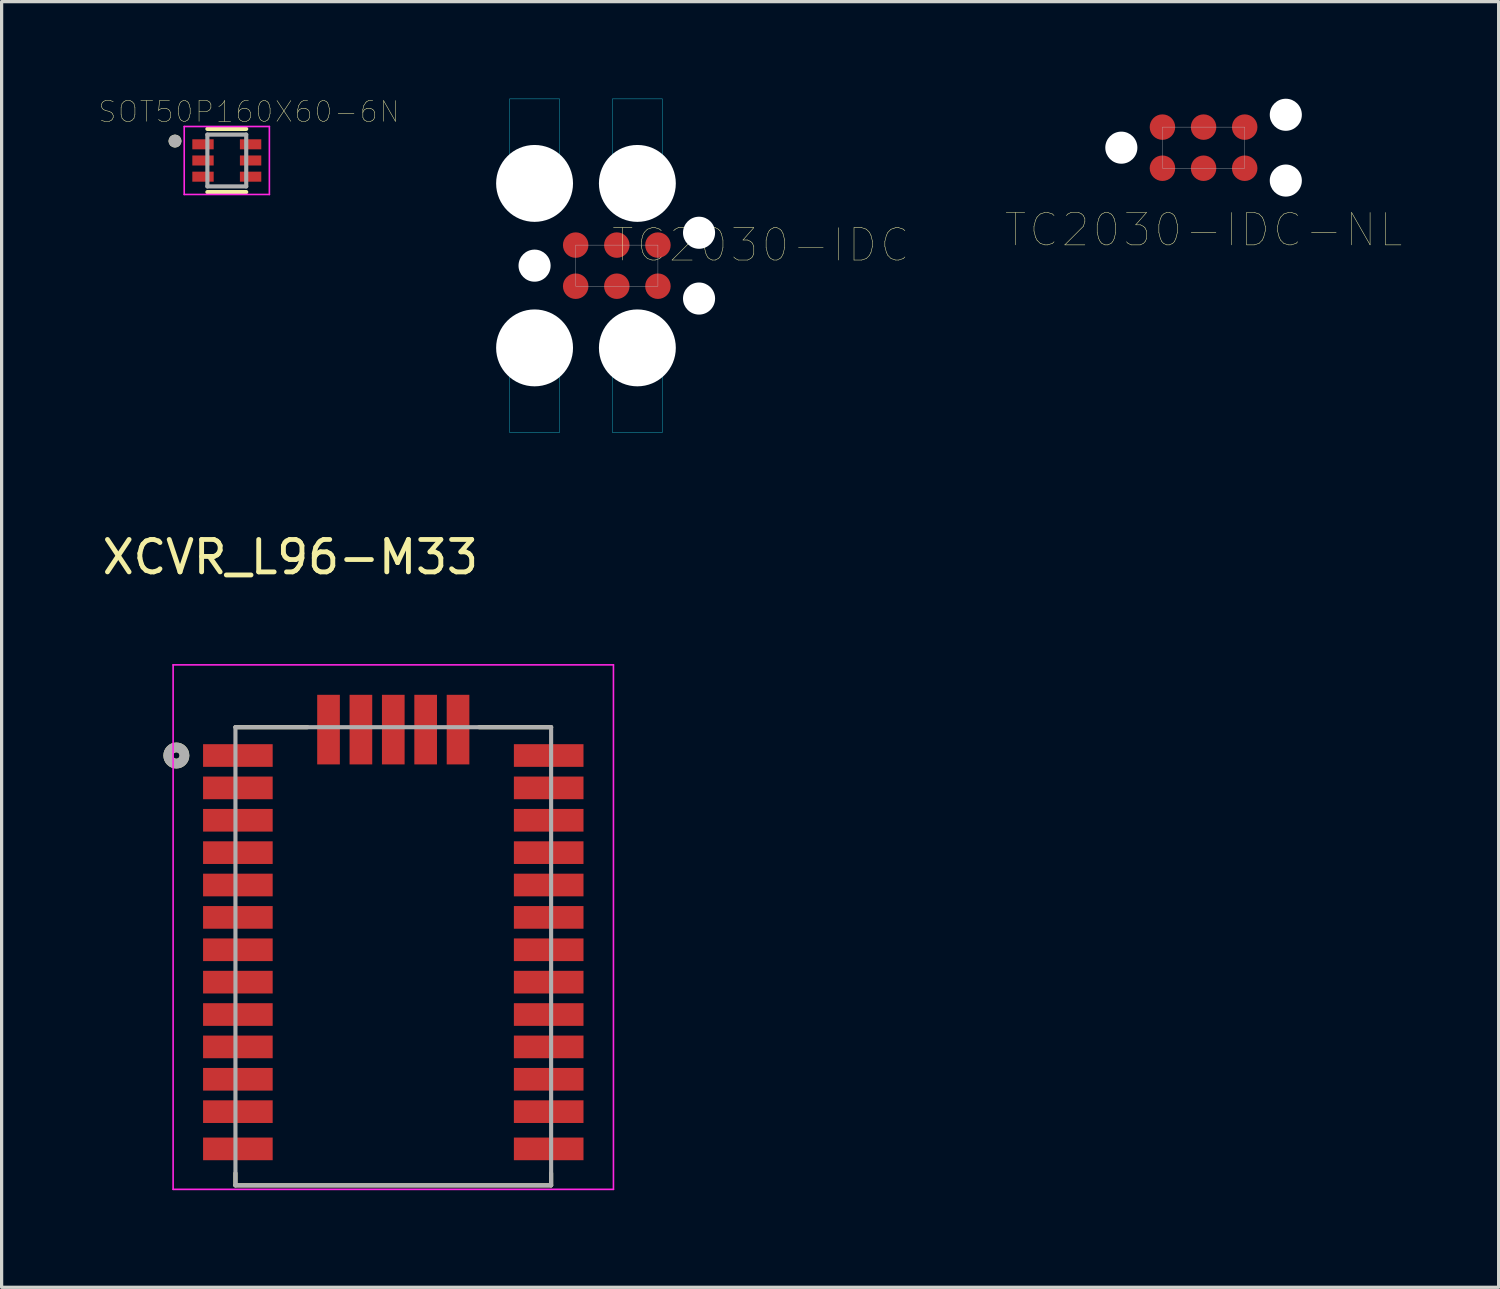
<source format=kicad_pcb>
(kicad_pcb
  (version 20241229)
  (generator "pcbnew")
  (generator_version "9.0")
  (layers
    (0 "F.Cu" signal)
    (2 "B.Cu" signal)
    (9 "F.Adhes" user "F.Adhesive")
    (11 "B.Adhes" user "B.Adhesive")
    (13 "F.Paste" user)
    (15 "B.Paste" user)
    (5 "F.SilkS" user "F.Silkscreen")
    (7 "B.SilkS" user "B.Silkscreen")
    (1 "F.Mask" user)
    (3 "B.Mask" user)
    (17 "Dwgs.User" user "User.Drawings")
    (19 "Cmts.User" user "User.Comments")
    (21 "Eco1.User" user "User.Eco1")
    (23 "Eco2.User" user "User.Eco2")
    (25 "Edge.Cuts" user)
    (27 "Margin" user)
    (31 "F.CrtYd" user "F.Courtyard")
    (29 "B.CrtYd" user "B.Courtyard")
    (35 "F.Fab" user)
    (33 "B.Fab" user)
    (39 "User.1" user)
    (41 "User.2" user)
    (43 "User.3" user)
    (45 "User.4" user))
  (footprint "TC2030-IDC-NL"
    (layer "F.Cu")
    (at 34.124 1.511)
    (property "Reference" "TC2030-IDC-NL" (at 0 2.54 0) (layer "F.SilkS") (effects (font (size 1 1) (thickness 0.015))))
    (attr through_hole)
    (fp_poly (pts (xy -1.27 -0.635) (xy 1.27 -0.635) (xy 1.27 0.635) (xy -1.27 0.635)) (stroke (width 0.01) (type solid)) (fill no) (layer "Dwgs.User"))
    (pad "" np_thru_hole circle (at -2.54 0) (size 0.991 0.991) (drill 0.991) (layers "*.Cu" "*.Mask"))
    (pad "" np_thru_hole circle (at 2.54 -1.016) (size 0.991 0.991) (drill 0.991) (layers "*.Cu" "*.Mask"))
    (pad "" np_thru_hole circle (at 2.54 1.016) (size 0.991 0.991) (drill 0.991) (layers "*.Cu" "*.Mask"))
    (pad "1" smd circle (at -1.27 0.635) (size 0.787 0.787) (layers "F.Cu" "F.Mask" "F.Paste"))
    (pad "2" smd circle (at -1.27 -0.635) (size 0.787 0.787) (layers "F.Cu" "F.Mask" "F.Paste"))
    (pad "3" smd circle (at 0 0.635) (size 0.787 0.787) (layers "F.Cu" "F.Mask" "F.Paste"))
    (pad "4" smd circle (at 0 -0.635) (size 0.787 0.787) (layers "F.Cu" "F.Mask" "F.Paste"))
    (pad "5" smd circle (at 1.27 0.635) (size 0.787 0.787) (layers "F.Cu" "F.Mask" "F.Paste"))
    (pad "6" smd circle (at 1.27 -0.635) (size 0.787 0.787) (layers "F.Cu" "F.Mask" "F.Paste")))
  (footprint "TC2030-IDC"
    (layer "F.Cu")
    (at 16.001 5.155)
    (property "Reference" "TC2030-IDC" (at 4.445 -0.635 180) (layer "F.SilkS") (effects (font (size 1 1) (thickness 0.015))))
    (attr through_hole)
    (fp_poly (pts (xy -1.27 -0.635) (xy 1.27 -0.635) (xy 1.27 0.635) (xy -1.27 0.635)) (stroke (width 0.01) (type solid)) (fill no) (layer "Dwgs.User"))
    (fp_poly (pts (xy -3.315 -5.15) (xy -1.765 -5.15) (xy -1.765 -2.54) (xy -3.315 -2.54)) (stroke (width 0.01) (type solid)) (fill no) (layer "B.CrtYd"))
    (fp_poly (pts (xy -3.315 2.54) (xy -1.765 2.54) (xy -1.765 5.15) (xy -3.315 5.15)) (stroke (width 0.01) (type solid)) (fill no) (layer "B.CrtYd"))
    (fp_poly (pts (xy -0.14 -5.15) (xy 1.41 -5.15) (xy 1.41 -2.54) (xy -0.14 -2.54)) (stroke (width 0.01) (type solid)) (fill no) (layer "B.CrtYd"))
    (fp_poly (pts (xy -0.14 2.54) (xy 1.41 2.54) (xy 1.41 5.15) (xy -0.14 5.15)) (stroke (width 0.01) (type solid)) (fill no) (layer "B.CrtYd"))
    (pad "" np_thru_hole circle (at -2.54 -2.54) (size 2.375 2.375) (drill 2.375) (layers "*.Cu" "*.Mask"))
    (pad "" np_thru_hole circle (at -2.54 0) (size 0.991 0.991) (drill 0.991) (layers "*.Cu" "*.Mask"))
    (pad "" np_thru_hole circle (at -2.54 2.54) (size 2.375 2.375) (drill 2.375) (layers "*.Cu" "*.Mask"))
    (pad "" np_thru_hole circle (at 0.635 -2.54) (size 2.375 2.375) (drill 2.375) (layers "*.Cu" "*.Mask"))
    (pad "" np_thru_hole circle (at 0.635 2.54) (size 2.375 2.375) (drill 2.375) (layers "*.Cu" "*.Mask"))
    (pad "" np_thru_hole circle (at 2.54 -1.016) (size 0.991 0.991) (drill 0.991) (layers "*.Cu" "*.Mask"))
    (pad "" np_thru_hole circle (at 2.54 1.016) (size 0.991 0.991) (drill 0.991) (layers "*.Cu" "*.Mask"))
    (pad "1" smd circle (at -1.27 0.635) (size 0.787 0.787) (layers "F.Cu" "F.Mask" "F.Paste"))
    (pad "2" smd circle (at -1.27 -0.635) (size 0.787 0.787) (layers "F.Cu" "F.Mask" "F.Paste"))
    (pad "3" smd circle (at 0 0.635) (size 0.787 0.787) (layers "F.Cu" "F.Mask" "F.Paste"))
    (pad "4" smd circle (at 0 -0.635) (size 0.787 0.787) (layers "F.Cu" "F.Mask" "F.Paste"))
    (pad "5" smd circle (at 1.27 0.635) (size 0.787 0.787) (layers "F.Cu" "F.Mask" "F.Paste"))
    (pad "6" smd circle (at 1.27 -0.635) (size 0.787 0.787) (layers "F.Cu" "F.Mask" "F.Paste")))
  (footprint "XCVR_L96-M33"
    (layer "F.Cu")
    (at 9.097 26.485)
    (property "Reference" "XCVR_L96-M33" (at -3.179 -12.327 0) (layer "F.SilkS") (effects (font (size 1.001 1.001) (thickness 0.15))))
    (attr through_hole)
    (fp_line (start -4.875 -7.075) (end -2.65 -7.075) (stroke (width 0.127) (type solid)) (layer "F.SilkS"))
    (fp_line (start -4.875 6.7) (end -4.875 7.075) (stroke (width 0.127) (type solid)) (layer "F.SilkS"))
    (fp_line (start -4.875 7.075) (end 4.875 7.075) (stroke (width 0.127) (type solid)) (layer "F.SilkS"))
    (fp_line (start 2.65 -7.075) (end 4.875 -7.075) (stroke (width 0.127) (type solid)) (layer "F.SilkS"))
    (fp_line (start 4.875 7.075) (end 4.875 6.7) (stroke (width 0.127) (type solid)) (layer "F.SilkS"))
    (fp_circle (center -6.7 -6.2) (end -6.6 -6.2) (stroke (width 0.3) (type solid)) (fill no) (layer "F.SilkS"))
    (fp_poly (pts (xy -6.275 -6.55) (xy -3.825 -6.55) (xy -3.825 -5.85) (xy -6.275 -5.85)) (stroke (width 0.01) (type solid)) (fill yes) (layer "F.Paste"))
    (fp_poly (pts (xy -6.275 -5.55) (xy -3.825 -5.55) (xy -3.825 -4.85) (xy -6.275 -4.85)) (stroke (width 0.01) (type solid)) (fill yes) (layer "F.Paste"))
    (fp_poly (pts (xy -6.275 -4.55) (xy -3.825 -4.55) (xy -3.825 -3.85) (xy -6.275 -3.85)) (stroke (width 0.01) (type solid)) (fill yes) (layer "F.Paste"))
    (fp_poly (pts (xy -6.275 -3.55) (xy -3.825 -3.55) (xy -3.825 -2.85) (xy -6.275 -2.85)) (stroke (width 0.01) (type solid)) (fill yes) (layer "F.Paste"))
    (fp_poly (pts (xy -6.275 -2.55) (xy -3.825 -2.55) (xy -3.825 -1.85) (xy -6.275 -1.85)) (stroke (width 0.01) (type solid)) (fill yes) (layer "F.Paste"))
    (fp_poly (pts (xy -6.275 -1.55) (xy -3.825 -1.55) (xy -3.825 -0.85) (xy -6.275 -0.85)) (stroke (width 0.01) (type solid)) (fill yes) (layer "F.Paste"))
    (fp_poly (pts (xy -6.275 -0.55) (xy -3.825 -0.55) (xy -3.825 0.15) (xy -6.275 0.15)) (stroke (width 0.01) (type solid)) (fill yes) (layer "F.Paste"))
    (fp_poly (pts (xy -6.275 0.45) (xy -3.825 0.45) (xy -3.825 1.15) (xy -6.275 1.15)) (stroke (width 0.01) (type solid)) (fill yes) (layer "F.Paste"))
    (fp_poly (pts (xy -6.275 1.45) (xy -3.825 1.45) (xy -3.825 2.15) (xy -6.275 2.15)) (stroke (width 0.01) (type solid)) (fill yes) (layer "F.Paste"))
    (fp_poly (pts (xy -6.275 2.45) (xy -3.825 2.45) (xy -3.825 3.15) (xy -6.275 3.15)) (stroke (width 0.01) (type solid)) (fill yes) (layer "F.Paste"))
    (fp_poly (pts (xy -6.275 3.45) (xy -3.825 3.45) (xy -3.825 4.15) (xy -6.275 4.15)) (stroke (width 0.01) (type solid)) (fill yes) (layer "F.Paste"))
    (fp_poly (pts (xy -6.275 4.45) (xy -3.825 4.45) (xy -3.825 5.15) (xy -6.275 5.15)) (stroke (width 0.01) (type solid)) (fill yes) (layer "F.Paste"))
    (fp_poly (pts (xy -6.275 5.6) (xy -3.825 5.6) (xy -3.825 6.3) (xy -6.275 6.3)) (stroke (width 0.01) (type solid)) (fill yes) (layer "F.Paste"))
    (fp_poly (pts (xy -2.35 -8.475) (xy -1.65 -8.475) (xy -1.65 -6.025) (xy -2.35 -6.025)) (stroke (width 0.01) (type solid)) (fill yes) (layer "F.Paste"))
    (fp_poly (pts (xy -1.35 -8.475) (xy -0.65 -8.475) (xy -0.65 -6.025) (xy -1.35 -6.025)) (stroke (width 0.01) (type solid)) (fill yes) (layer "F.Paste"))
    (fp_poly (pts (xy -0.35 -8.475) (xy 0.35 -8.475) (xy 0.35 -6.025) (xy -0.35 -6.025)) (stroke (width 0.01) (type solid)) (fill yes) (layer "F.Paste"))
    (fp_poly (pts (xy 0.65 -8.475) (xy 1.35 -8.475) (xy 1.35 -6.025) (xy 0.65 -6.025)) (stroke (width 0.01) (type solid)) (fill yes) (layer "F.Paste"))
    (fp_poly (pts (xy 1.65 -8.475) (xy 2.35 -8.475) (xy 2.35 -6.025) (xy 1.65 -6.025)) (stroke (width 0.01) (type solid)) (fill yes) (layer "F.Paste"))
    (fp_poly (pts (xy 3.825 -6.55) (xy 6.275 -6.55) (xy 6.275 -5.85) (xy 3.825 -5.85)) (stroke (width 0.01) (type solid)) (fill yes) (layer "F.Paste"))
    (fp_poly (pts (xy 3.825 -5.55) (xy 6.275 -5.55) (xy 6.275 -4.85) (xy 3.825 -4.85)) (stroke (width 0.01) (type solid)) (fill yes) (layer "F.Paste"))
    (fp_poly (pts (xy 3.825 -4.55) (xy 6.275 -4.55) (xy 6.275 -3.85) (xy 3.825 -3.85)) (stroke (width 0.01) (type solid)) (fill yes) (layer "F.Paste"))
    (fp_poly (pts (xy 3.825 -3.55) (xy 6.275 -3.55) (xy 6.275 -2.85) (xy 3.825 -2.85)) (stroke (width 0.01) (type solid)) (fill yes) (layer "F.Paste"))
    (fp_poly (pts (xy 3.825 -2.55) (xy 6.275 -2.55) (xy 6.275 -1.85) (xy 3.825 -1.85)) (stroke (width 0.01) (type solid)) (fill yes) (layer "F.Paste"))
    (fp_poly (pts (xy 3.825 -1.55) (xy 6.275 -1.55) (xy 6.275 -0.85) (xy 3.825 -0.85)) (stroke (width 0.01) (type solid)) (fill yes) (layer "F.Paste"))
    (fp_poly (pts (xy 3.825 -0.55) (xy 6.275 -0.55) (xy 6.275 0.15) (xy 3.825 0.15)) (stroke (width 0.01) (type solid)) (fill yes) (layer "F.Paste"))
    (fp_poly (pts (xy 3.825 0.45) (xy 6.275 0.45) (xy 6.275 1.15) (xy 3.825 1.15)) (stroke (width 0.01) (type solid)) (fill yes) (layer "F.Paste"))
    (fp_poly (pts (xy 3.825 1.45) (xy 6.275 1.45) (xy 6.275 2.15) (xy 3.825 2.15)) (stroke (width 0.01) (type solid)) (fill yes) (layer "F.Paste"))
    (fp_poly (pts (xy 3.825 2.45) (xy 6.275 2.45) (xy 6.275 3.15) (xy 3.825 3.15)) (stroke (width 0.01) (type solid)) (fill yes) (layer "F.Paste"))
    (fp_poly (pts (xy 3.825 3.45) (xy 6.275 3.45) (xy 6.275 4.15) (xy 3.825 4.15)) (stroke (width 0.01) (type solid)) (fill yes) (layer "F.Paste"))
    (fp_poly (pts (xy 3.825 4.45) (xy 6.275 4.45) (xy 6.275 5.15) (xy 3.825 5.15)) (stroke (width 0.01) (type solid)) (fill yes) (layer "F.Paste"))
    (fp_poly (pts (xy 3.825 5.6) (xy 6.275 5.6) (xy 6.275 6.3) (xy 3.825 6.3)) (stroke (width 0.01) (type solid)) (fill yes) (layer "F.Paste"))
    (fp_line (start -6.8 -9) (end -6.8 7.2) (stroke (width 0.05) (type solid)) (layer "F.CrtYd"))
    (fp_line (start -6.8 7.2) (end 6.8 7.2) (stroke (width 0.05) (type solid)) (layer "F.CrtYd"))
    (fp_line (start 6.8 -9) (end -6.8 -9) (stroke (width 0.05) (type solid)) (layer "F.CrtYd"))
    (fp_line (start 6.8 7.2) (end 6.8 -9) (stroke (width 0.05) (type solid)) (layer "F.CrtYd"))
    (fp_line (start -4.875 -7.075) (end 4.875 -7.075) (stroke (width 0.127) (type solid)) (layer "F.Fab"))
    (fp_line (start -4.875 7.075) (end -4.875 -7.075) (stroke (width 0.127) (type solid)) (layer "F.Fab"))
    (fp_line (start 4.875 -7.075) (end 4.875 7.075) (stroke (width 0.127) (type solid)) (layer "F.Fab"))
    (fp_line (start 4.875 7.075) (end -4.875 7.075) (stroke (width 0.127) (type solid)) (layer "F.Fab"))
    (fp_circle (center -6.7 -6.2) (end -6.6 -6.2) (stroke (width 0.3) (type solid)) (fill no) (layer "F.Fab"))
    (pad "1" smd rect (at -4.8 -6.2) (size 2.15 0.7) (layers "F.Cu" "F.Mask"))
    (pad "2" smd rect (at -4.8 -5.2) (size 2.15 0.7) (layers "F.Cu" "F.Mask"))
    (pad "3" smd rect (at -4.8 -4.2) (size 2.15 0.7) (layers "F.Cu" "F.Mask"))
    (pad "4" smd rect (at -4.8 -3.2) (size 2.15 0.7) (layers "F.Cu" "F.Mask"))
    (pad "5" smd rect (at -4.8 -2.2) (size 2.15 0.7) (layers "F.Cu" "F.Mask"))
    (pad "6" smd rect (at -4.8 -1.2) (size 2.15 0.7) (layers "F.Cu" "F.Mask"))
    (pad "7" smd rect (at -4.8 -0.2) (size 2.15 0.7) (layers "F.Cu" "F.Mask"))
    (pad "8" smd rect (at -4.8 0.8) (size 2.15 0.7) (layers "F.Cu" "F.Mask"))
    (pad "9" smd rect (at -4.8 1.8) (size 2.15 0.7) (layers "F.Cu" "F.Mask"))
    (pad "10" smd rect (at -4.8 2.8) (size 2.15 0.7) (layers "F.Cu" "F.Mask"))
    (pad "11" smd rect (at -4.8 3.8) (size 2.15 0.7) (layers "F.Cu" "F.Mask"))
    (pad "12" smd rect (at -4.8 4.8) (size 2.15 0.7) (layers "F.Cu" "F.Mask"))
    (pad "13" smd rect (at -4.8 5.95) (size 2.15 0.7) (layers "F.Cu" "F.Mask"))
    (pad "14" smd rect (at 4.8 5.95) (size 2.15 0.7) (layers "F.Cu" "F.Mask"))
    (pad "15" smd rect (at 4.8 4.8) (size 2.15 0.7) (layers "F.Cu" "F.Mask"))
    (pad "16" smd rect (at 4.8 3.8) (size 2.15 0.7) (layers "F.Cu" "F.Mask"))
    (pad "17" smd rect (at 4.8 2.8) (size 2.15 0.7) (layers "F.Cu" "F.Mask"))
    (pad "18" smd rect (at 4.8 1.8) (size 2.15 0.7) (layers "F.Cu" "F.Mask"))
    (pad "19" smd rect (at 4.8 0.8) (size 2.15 0.7) (layers "F.Cu" "F.Mask"))
    (pad "20" smd rect (at 4.8 -0.2) (size 2.15 0.7) (layers "F.Cu" "F.Mask"))
    (pad "21" smd rect (at 4.8 -1.2) (size 2.15 0.7) (layers "F.Cu" "F.Mask"))
    (pad "22" smd rect (at 4.8 -2.2) (size 2.15 0.7) (layers "F.Cu" "F.Mask"))
    (pad "23" smd rect (at 4.8 -3.2) (size 2.15 0.7) (layers "F.Cu" "F.Mask"))
    (pad "24" smd rect (at 4.8 -4.2) (size 2.15 0.7) (layers "F.Cu" "F.Mask"))
    (pad "25" smd rect (at 4.8 -5.2) (size 2.15 0.7) (layers "F.Cu" "F.Mask"))
    (pad "26" smd rect (at 4.8 -6.2) (size 2.15 0.7) (layers "F.Cu" "F.Mask"))
    (pad "27" smd rect (at 2 -7) (size 0.7 2.15) (layers "F.Cu" "F.Mask"))
    (pad "28" smd rect (at 1 -7) (size 0.7 2.15) (layers "F.Cu" "F.Mask"))
    (pad "29" smd rect (at 0 -7) (size 0.7 2.15) (layers "F.Cu" "F.Mask"))
    (pad "30" smd rect (at -1 -7) (size 0.7 2.15) (layers "F.Cu" "F.Mask"))
    (pad "31" smd rect (at -2 -7) (size 0.7 2.15) (layers "F.Cu" "F.Mask")))
  (footprint "SOT50P160X60-6N"
    (layer "F.Cu")
    (at 3.955 1.907)
    (property "Reference" "SOT50P160X60-6N" (at 0.682 -1.506 0) (layer "F.SilkS") (effects (font (size 0.64 0.64) (thickness 0.015))))
    (attr through_hole)
    (fp_line (start -0.6 -0.975) (end 0.6 -0.975) (stroke (width 0.127) (type solid)) (layer "F.SilkS"))
    (fp_line (start -0.6 0.975) (end 0.6 0.975) (stroke (width 0.127) (type solid)) (layer "F.SilkS"))
    (fp_circle (center -1.6 -0.6) (end -1.5 -0.6) (stroke (width 0.2) (type solid)) (fill no) (layer "F.SilkS"))
    (fp_line (start -1.315 -1.05) (end 1.315 -1.05) (stroke (width 0.05) (type solid)) (layer "F.CrtYd"))
    (fp_line (start -1.315 1.05) (end -1.315 -1.05) (stroke (width 0.05) (type solid)) (layer "F.CrtYd"))
    (fp_line (start 1.315 -1.05) (end 1.315 1.05) (stroke (width 0.05) (type solid)) (layer "F.CrtYd"))
    (fp_line (start 1.315 1.05) (end -1.315 1.05) (stroke (width 0.05) (type solid)) (layer "F.CrtYd"))
    (fp_line (start -0.6 -0.8) (end 0.6 -0.8) (stroke (width 0.127) (type solid)) (layer "F.Fab"))
    (fp_line (start -0.6 0.8) (end -0.6 -0.8) (stroke (width 0.127) (type solid)) (layer "F.Fab"))
    (fp_line (start 0.6 -0.8) (end 0.6 0.8) (stroke (width 0.127) (type solid)) (layer "F.Fab"))
    (fp_line (start 0.6 0.8) (end -0.6 0.8) (stroke (width 0.127) (type solid)) (layer "F.Fab"))
    (fp_circle (center -1.6 -0.6) (end -1.5 -0.6) (stroke (width 0.2) (type solid)) (fill no) (layer "F.Fab"))
    (pad "1" smd rect (at -0.735 -0.5) (size 0.66 0.31) (layers "F.Cu" "F.Mask" "F.Paste"))
    (pad "2" smd rect (at -0.735 0) (size 0.66 0.31) (layers "F.Cu" "F.Mask" "F.Paste"))
    (pad "3" smd rect (at -0.735 0.5) (size 0.66 0.31) (layers "F.Cu" "F.Mask" "F.Paste"))
    (pad "4" smd rect (at 0.735 0.5) (size 0.66 0.31) (layers "F.Cu" "F.Mask" "F.Paste"))
    (pad "5" smd rect (at 0.735 0) (size 0.66 0.31) (layers "F.Cu" "F.Mask" "F.Paste"))
    (pad "6" smd rect (at 0.735 -0.5) (size 0.66 0.31) (layers "F.Cu" "F.Mask" "F.Paste")))
  (gr_rect
    (start -3 -3)
    (end 43.237 36.71)
    (stroke (width 0.1) (type default))
    (fill no)
    (layer "Edge.Cuts")))
</source>
